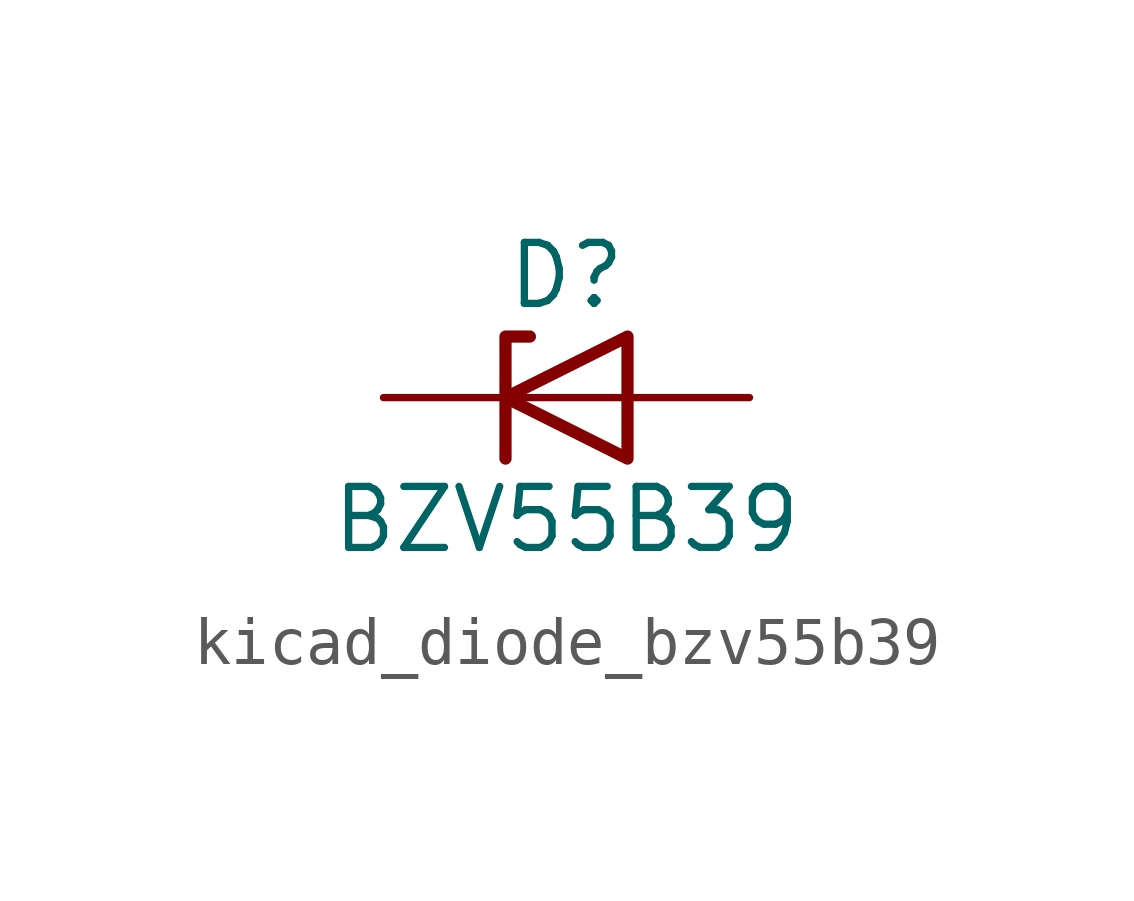
<source format=kicad_sym>
(kicad_symbol_lib
  (version 20220914)
  (generator kicad_symbol_editor)
  (symbol "kicad_diode_bzv55b39"
    (pin_numbers hide)
    (pin_names hide)
    (property "Reference" "D"
      (at 0 2.54 0)
      (effects (font (size 1.27 1.27))))
    (property "Value" "BZV55B39"
      (at 0 -2.54 0)
      (effects (font (size 1.27 1.27))))
    (symbol "kicad_diode_bzv55b39_0_1"
      (polyline (pts (xy 1.27 0) (xy -1.27 0)) (stroke (width 0) (type default)) (fill (type none)))
      (polyline (pts (xy -1.27 -1.27) (xy -1.27 1.27) (xy -0.762 1.27)) (stroke (width 0.254) (type default)) (fill (type none)))
      (polyline (pts (xy 1.27 -1.27) (xy 1.27 1.27) (xy -1.27 0) (xy 1.27 -1.27)) (stroke (width 0.254) (type default)) (fill (type none))))
    (symbol "kicad_diode_bzv55b39_1_1"
      (pin passive line (at -3.81 0 0) (length 2.54) (name "K" (effects (font (size 1.27 1.27)))) (number "1" (effects (font (size 1.27 1.27)))))
      (pin passive line (at 3.81 0 180) (length 2.54) (name "A" (effects (font (size 1.27 1.27)))) (number "2" (effects (font (size 1.27 1.27))))))))
</source>
